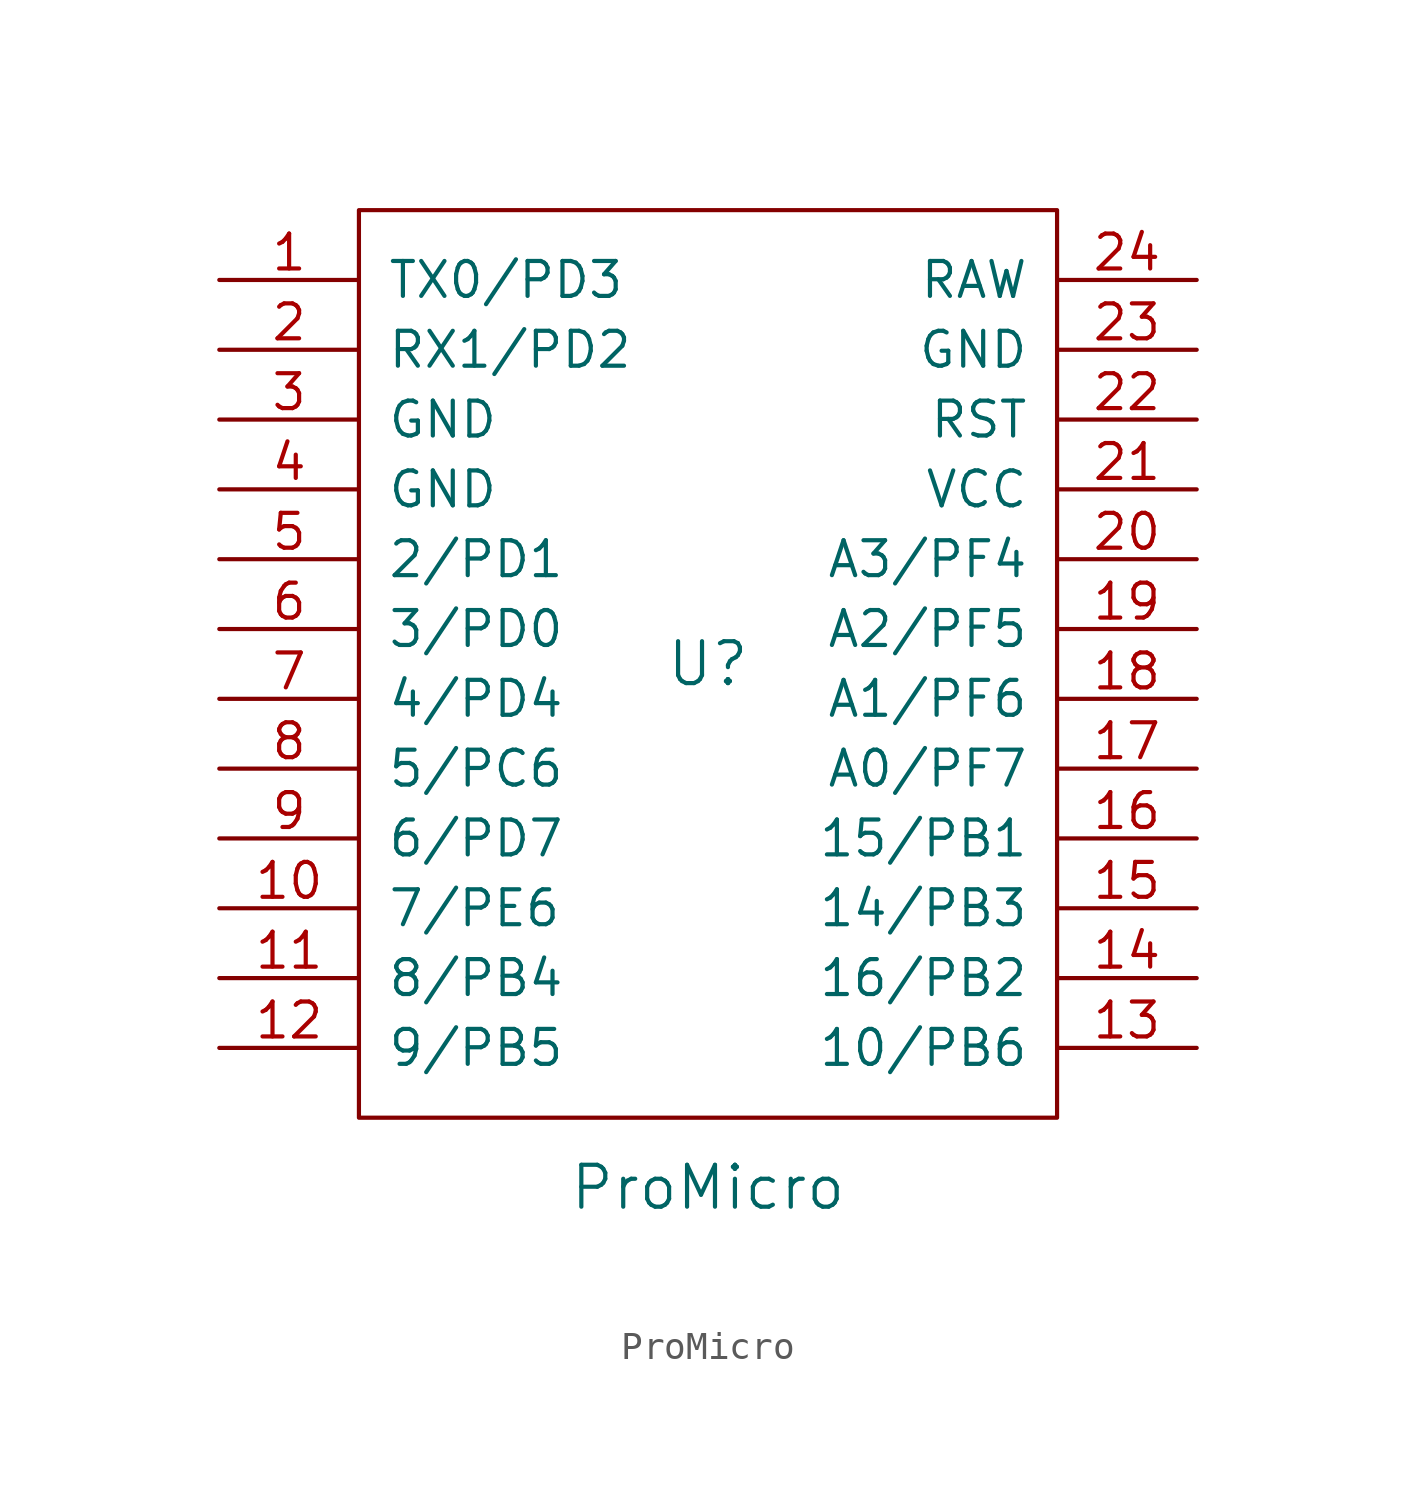
<source format=kicad_sym>
(kicad_symbol_lib
  (version 20231120)
  (generator "kicad_symbol_editor")
  (generator_version "8.0")
  (symbol "ProMicro"
    (pin_names
      (offset 1.016))
    (property "Reference" "U"
      (at 0 0 0)
      (effects (font (size 1.524 1.524))))
    (property "Value" "ProMicro"
      (at 0 -19.05 0)
      (effects (font (size 1.524 1.524))))
    (symbol "ProMicro_0_1"
      (rectangle (start -12.7 -16.51) (end 12.7 16.51) (stroke (width 0) (type solid)) (fill (type none))))
    (symbol "ProMicro_1_1"
      (pin input line (at -17.78 13.97 0) (length 5.08) (name "TX0/PD3" (effects (font (size 1.27 1.27)))) (number "1" (effects (font (size 1.27 1.27)))))
      (pin input line (at -17.78 -8.89 0) (length 5.08) (name "7/PE6" (effects (font (size 1.27 1.27)))) (number "10" (effects (font (size 1.27 1.27)))))
      (pin input line (at -17.78 -11.43 0) (length 5.08) (name "8/PB4" (effects (font (size 1.27 1.27)))) (number "11" (effects (font (size 1.27 1.27)))))
      (pin input line (at -17.78 -13.97 0) (length 5.08) (name "9/PB5" (effects (font (size 1.27 1.27)))) (number "12" (effects (font (size 1.27 1.27)))))
      (pin input line (at 17.78 -13.97 180) (length 5.08) (name "10/PB6" (effects (font (size 1.27 1.27)))) (number "13" (effects (font (size 1.27 1.27)))))
      (pin input line (at 17.78 -11.43 180) (length 5.08) (name "16/PB2" (effects (font (size 1.27 1.27)))) (number "14" (effects (font (size 1.27 1.27)))))
      (pin input line (at 17.78 -8.89 180) (length 5.08) (name "14/PB3" (effects (font (size 1.27 1.27)))) (number "15" (effects (font (size 1.27 1.27)))))
      (pin input line (at 17.78 -6.35 180) (length 5.08) (name "15/PB1" (effects (font (size 1.27 1.27)))) (number "16" (effects (font (size 1.27 1.27)))))
      (pin input line (at 17.78 -3.81 180) (length 5.08) (name "A0/PF7" (effects (font (size 1.27 1.27)))) (number "17" (effects (font (size 1.27 1.27)))))
      (pin input line (at 17.78 -1.27 180) (length 5.08) (name "A1/PF6" (effects (font (size 1.27 1.27)))) (number "18" (effects (font (size 1.27 1.27)))))
      (pin input line (at 17.78 1.27 180) (length 5.08) (name "A2/PF5" (effects (font (size 1.27 1.27)))) (number "19" (effects (font (size 1.27 1.27)))))
      (pin input line (at -17.78 11.43 0) (length 5.08) (name "RX1/PD2" (effects (font (size 1.27 1.27)))) (number "2" (effects (font (size 1.27 1.27)))))
      (pin input line (at 17.78 3.81 180) (length 5.08) (name "A3/PF4" (effects (font (size 1.27 1.27)))) (number "20" (effects (font (size 1.27 1.27)))))
      (pin input line (at 17.78 6.35 180) (length 5.08) (name "VCC" (effects (font (size 1.27 1.27)))) (number "21" (effects (font (size 1.27 1.27)))))
      (pin input line (at 17.78 8.89 180) (length 5.08) (name "RST" (effects (font (size 1.27 1.27)))) (number "22" (effects (font (size 1.27 1.27)))))
      (pin input line (at 17.78 11.43 180) (length 5.08) (name "GND" (effects (font (size 1.27 1.27)))) (number "23" (effects (font (size 1.27 1.27)))))
      (pin input line (at 17.78 13.97 180) (length 5.08) (name "RAW" (effects (font (size 1.27 1.27)))) (number "24" (effects (font (size 1.27 1.27)))))
      (pin input line (at -17.78 8.89 0) (length 5.08) (name "GND" (effects (font (size 1.27 1.27)))) (number "3" (effects (font (size 1.27 1.27)))))
      (pin input line (at -17.78 6.35 0) (length 5.08) (name "GND" (effects (font (size 1.27 1.27)))) (number "4" (effects (font (size 1.27 1.27)))))
      (pin input line (at -17.78 3.81 0) (length 5.08) (name "2/PD1" (effects (font (size 1.27 1.27)))) (number "5" (effects (font (size 1.27 1.27)))))
      (pin input line (at -17.78 1.27 0) (length 5.08) (name "3/PD0" (effects (font (size 1.27 1.27)))) (number "6" (effects (font (size 1.27 1.27)))))
      (pin input line (at -17.78 -1.27 0) (length 5.08) (name "4/PD4" (effects (font (size 1.27 1.27)))) (number "7" (effects (font (size 1.27 1.27)))))
      (pin input line (at -17.78 -3.81 0) (length 5.08) (name "5/PC6" (effects (font (size 1.27 1.27)))) (number "8" (effects (font (size 1.27 1.27)))))
      (pin input line (at -17.78 -6.35 0) (length 5.08) (name "6/PD7" (effects (font (size 1.27 1.27)))) (number "9" (effects (font (size 1.27 1.27))))))))
</source>
